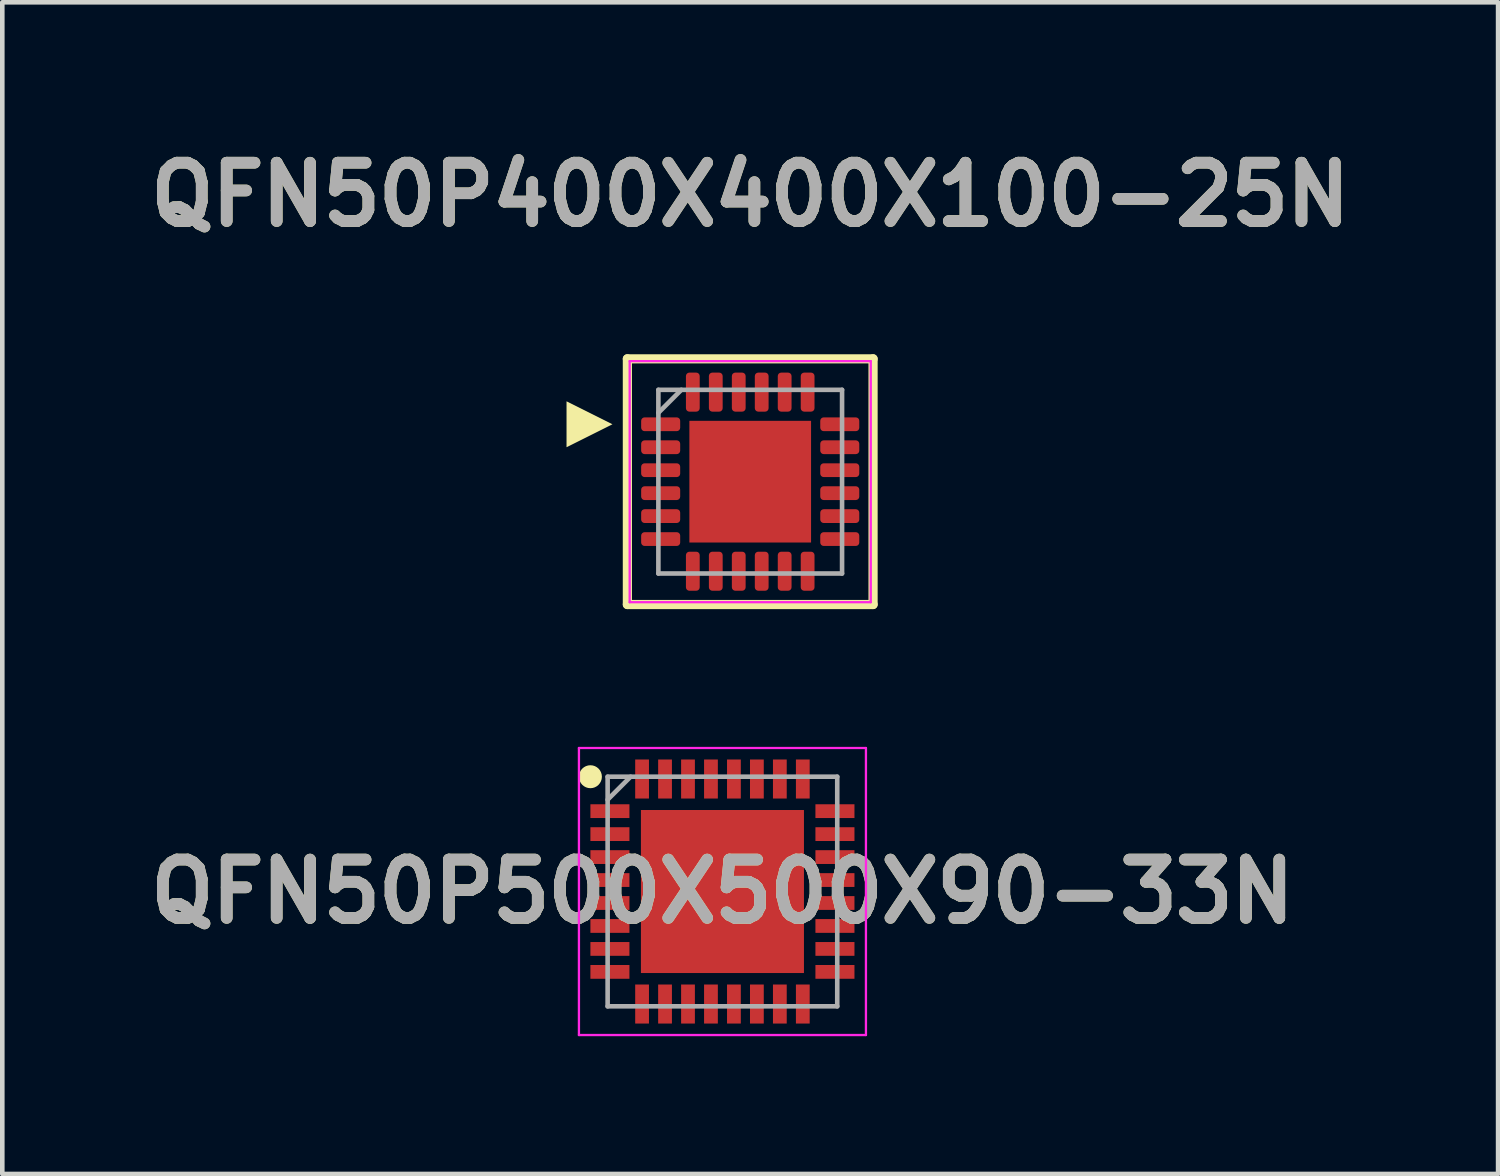
<source format=kicad_pcb>
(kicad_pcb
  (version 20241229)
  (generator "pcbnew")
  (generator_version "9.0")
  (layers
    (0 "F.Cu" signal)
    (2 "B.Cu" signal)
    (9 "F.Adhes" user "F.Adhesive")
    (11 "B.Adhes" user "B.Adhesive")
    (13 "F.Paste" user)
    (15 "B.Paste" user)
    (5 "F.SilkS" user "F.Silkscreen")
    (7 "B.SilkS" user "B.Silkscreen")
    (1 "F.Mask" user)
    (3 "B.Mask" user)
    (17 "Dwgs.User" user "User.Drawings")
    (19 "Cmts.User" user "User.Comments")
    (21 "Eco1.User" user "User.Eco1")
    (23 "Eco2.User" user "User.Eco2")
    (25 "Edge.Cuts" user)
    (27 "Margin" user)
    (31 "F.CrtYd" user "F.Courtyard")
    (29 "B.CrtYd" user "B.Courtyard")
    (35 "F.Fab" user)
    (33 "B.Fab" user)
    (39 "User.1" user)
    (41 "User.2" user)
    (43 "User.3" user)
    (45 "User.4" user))
  (footprint "QFN50P400X400X100-25N"
    (layer "F.Cu")
    (at 13.287 7.439)
    (property "Reference" "QFN50P400X400X100-25N" (at 0 -6.25 0) (layer "F.SilkS") (effects (font (size 1.27 1.27) (thickness 0.254))))
    (attr smd)
    (fp_line (start -2.675 -2.675) (end 2.675 -2.675) (stroke (width 0.2) (type solid)) (layer "F.SilkS"))
    (fp_line (start -2.675 2.675) (end -2.675 -2.675) (stroke (width 0.2) (type solid)) (layer "F.SilkS"))
    (fp_line (start -2.675 2.675) (end 2.675 2.675) (stroke (width 0.2) (type solid)) (layer "F.SilkS"))
    (fp_line (start 2.675 2.675) (end 2.675 -2.675) (stroke (width 0.2) (type solid)) (layer "F.SilkS"))
    (fp_poly (pts (xy -3 -1.25) (xy -4 -0.75) (xy -4 -1.75)) (stroke (width 0) (type solid)) (fill yes) (layer "F.SilkS"))
    (fp_line (start -2.625 -2.625) (end 2.625 -2.625) (stroke (width 0.05) (type solid)) (layer "F.CrtYd"))
    (fp_line (start -2.625 2.625) (end -2.625 -2.625) (stroke (width 0.05) (type solid)) (layer "F.CrtYd"))
    (fp_line (start 2.625 -2.625) (end 2.625 2.625) (stroke (width 0.05) (type solid)) (layer "F.CrtYd"))
    (fp_line (start 2.625 2.625) (end -2.625 2.625) (stroke (width 0.05) (type solid)) (layer "F.CrtYd"))
    (fp_line (start -2 -2) (end 2 -2) (stroke (width 0.1) (type solid)) (layer "F.Fab"))
    (fp_line (start -2 -1.5) (end -1.5 -2) (stroke (width 0.1) (type solid)) (layer "F.Fab"))
    (fp_line (start -2 2) (end -2 -2) (stroke (width 0.1) (type solid)) (layer "F.Fab"))
    (fp_line (start 2 -2) (end 2 2) (stroke (width 0.1) (type solid)) (layer "F.Fab"))
    (fp_line (start 2 2) (end -2 2) (stroke (width 0.1) (type solid)) (layer "F.Fab"))
    (fp_text user "${REFERENCE}" (at 0 -6.25 0) (layer "F.Fab") (effects (font (size 1.27 1.27) (thickness 0.254))))
    (pad "1" smd roundrect (at -1.95 -1.25 90) (size 0.3 0.85) (layers "F.Cu" "F.Mask" "F.Paste") (roundrect_rratio 0.25))
    (pad "2" smd roundrect (at -1.95 -0.75 90) (size 0.3 0.85) (layers "F.Cu" "F.Mask" "F.Paste") (roundrect_rratio 0.25))
    (pad "3" smd roundrect (at -1.95 -0.25 90) (size 0.3 0.85) (layers "F.Cu" "F.Mask" "F.Paste") (roundrect_rratio 0.25))
    (pad "4" smd roundrect (at -1.95 0.25 90) (size 0.3 0.85) (layers "F.Cu" "F.Mask" "F.Paste") (roundrect_rratio 0.25))
    (pad "5" smd roundrect (at -1.95 0.75 90) (size 0.3 0.85) (layers "F.Cu" "F.Mask" "F.Paste") (roundrect_rratio 0.25))
    (pad "6" smd roundrect (at -1.95 1.25 90) (size 0.3 0.85) (layers "F.Cu" "F.Mask" "F.Paste") (roundrect_rratio 0.25))
    (pad "7" smd roundrect (at -1.25 1.95) (size 0.3 0.85) (layers "F.Cu" "F.Mask" "F.Paste") (roundrect_rratio 0.25))
    (pad "8" smd roundrect (at -0.75 1.95) (size 0.3 0.85) (layers "F.Cu" "F.Mask" "F.Paste") (roundrect_rratio 0.25))
    (pad "9" smd roundrect (at -0.25 1.95) (size 0.3 0.85) (layers "F.Cu" "F.Mask" "F.Paste") (roundrect_rratio 0.25))
    (pad "10" smd roundrect (at 0.25 1.95) (size 0.3 0.85) (layers "F.Cu" "F.Mask" "F.Paste") (roundrect_rratio 0.25))
    (pad "11" smd roundrect (at 0.75 1.95) (size 0.3 0.85) (layers "F.Cu" "F.Mask" "F.Paste") (roundrect_rratio 0.25))
    (pad "12" smd roundrect (at 1.25 1.95) (size 0.3 0.85) (layers "F.Cu" "F.Mask" "F.Paste") (roundrect_rratio 0.25))
    (pad "13" smd roundrect (at 1.95 1.25 90) (size 0.3 0.85) (layers "F.Cu" "F.Mask" "F.Paste") (roundrect_rratio 0.25))
    (pad "14" smd roundrect (at 1.95 0.75 90) (size 0.3 0.85) (layers "F.Cu" "F.Mask" "F.Paste") (roundrect_rratio 0.25))
    (pad "15" smd roundrect (at 1.95 0.25 90) (size 0.3 0.85) (layers "F.Cu" "F.Mask" "F.Paste") (roundrect_rratio 0.25))
    (pad "16" smd roundrect (at 1.95 -0.25 90) (size 0.3 0.85) (layers "F.Cu" "F.Mask" "F.Paste") (roundrect_rratio 0.25))
    (pad "17" smd roundrect (at 1.95 -0.75 90) (size 0.3 0.85) (layers "F.Cu" "F.Mask" "F.Paste") (roundrect_rratio 0.25))
    (pad "18" smd roundrect (at 1.95 -1.25 90) (size 0.3 0.85) (layers "F.Cu" "F.Mask" "F.Paste") (roundrect_rratio 0.25))
    (pad "19" smd roundrect (at 1.25 -1.95) (size 0.3 0.85) (layers "F.Cu" "F.Mask" "F.Paste") (roundrect_rratio 0.25))
    (pad "20" smd roundrect (at 0.75 -1.95) (size 0.3 0.85) (layers "F.Cu" "F.Mask" "F.Paste") (roundrect_rratio 0.25))
    (pad "21" smd roundrect (at 0.25 -1.95) (size 0.3 0.85) (layers "F.Cu" "F.Mask" "F.Paste") (roundrect_rratio 0.25))
    (pad "22" smd roundrect (at -0.25 -1.95) (size 0.3 0.85) (layers "F.Cu" "F.Mask" "F.Paste") (roundrect_rratio 0.25))
    (pad "23" smd roundrect (at -0.75 -1.95) (size 0.3 0.85) (layers "F.Cu" "F.Mask" "F.Paste") (roundrect_rratio 0.25))
    (pad "24" smd roundrect (at -1.25 -1.95) (size 0.3 0.85) (layers "F.Cu" "F.Mask" "F.Paste") (roundrect_rratio 0.25))
    (pad "25" smd rect (at 0 0) (size 2.65 2.65) (layers "F.Cu" "F.Mask" "F.Paste")))
  (footprint "QFN50P500X500X90-33N"
    (layer "F.Cu")
    (at 12.682 16.364)
    (property "Reference" "QFN50P500X500X90-33N" (at 0 0 0) (layer "F.SilkS") (effects (font (size 1.27 1.27) (thickness 0.254))))
    (attr smd)
    (fp_circle (center -2.875 -2.5) (end -2.875 -2.375) (stroke (width 0.25) (type solid)) (fill no) (layer "F.SilkS"))
    (fp_line (start -3.125 -3.125) (end 3.125 -3.125) (stroke (width 0.05) (type solid)) (layer "F.CrtYd"))
    (fp_line (start -3.125 3.125) (end -3.125 -3.125) (stroke (width 0.05) (type solid)) (layer "F.CrtYd"))
    (fp_line (start 3.125 -3.125) (end 3.125 3.125) (stroke (width 0.05) (type solid)) (layer "F.CrtYd"))
    (fp_line (start 3.125 3.125) (end -3.125 3.125) (stroke (width 0.05) (type solid)) (layer "F.CrtYd"))
    (fp_line (start -2.5 -2.5) (end 2.5 -2.5) (stroke (width 0.1) (type solid)) (layer "F.Fab"))
    (fp_line (start -2.5 -2) (end -2 -2.5) (stroke (width 0.1) (type solid)) (layer "F.Fab"))
    (fp_line (start -2.5 2.5) (end -2.5 -2.5) (stroke (width 0.1) (type solid)) (layer "F.Fab"))
    (fp_line (start 2.5 -2.5) (end 2.5 2.5) (stroke (width 0.1) (type solid)) (layer "F.Fab"))
    (fp_line (start 2.5 2.5) (end -2.5 2.5) (stroke (width 0.1) (type solid)) (layer "F.Fab"))
    (fp_text user "${REFERENCE}" (at 0 0 0) (layer "F.Fab") (effects (font (size 1.27 1.27) (thickness 0.254))))
    (pad "1" smd rect (at -2.45 -1.75 90) (size 0.3 0.85) (layers "F.Cu" "F.Mask" "F.Paste"))
    (pad "2" smd rect (at -2.45 -1.25 90) (size 0.3 0.85) (layers "F.Cu" "F.Mask" "F.Paste"))
    (pad "3" smd rect (at -2.45 -0.75 90) (size 0.3 0.85) (layers "F.Cu" "F.Mask" "F.Paste"))
    (pad "4" smd rect (at -2.45 -0.25 90) (size 0.3 0.85) (layers "F.Cu" "F.Mask" "F.Paste"))
    (pad "5" smd rect (at -2.45 0.25 90) (size 0.3 0.85) (layers "F.Cu" "F.Mask" "F.Paste"))
    (pad "6" smd rect (at -2.45 0.75 90) (size 0.3 0.85) (layers "F.Cu" "F.Mask" "F.Paste"))
    (pad "7" smd rect (at -2.45 1.25 90) (size 0.3 0.85) (layers "F.Cu" "F.Mask" "F.Paste"))
    (pad "8" smd rect (at -2.45 1.75 90) (size 0.3 0.85) (layers "F.Cu" "F.Mask" "F.Paste"))
    (pad "9" smd rect (at -1.75 2.45) (size 0.3 0.85) (layers "F.Cu" "F.Mask" "F.Paste"))
    (pad "10" smd rect (at -1.25 2.45) (size 0.3 0.85) (layers "F.Cu" "F.Mask" "F.Paste"))
    (pad "11" smd rect (at -0.75 2.45) (size 0.3 0.85) (layers "F.Cu" "F.Mask" "F.Paste"))
    (pad "12" smd rect (at -0.25 2.45) (size 0.3 0.85) (layers "F.Cu" "F.Mask" "F.Paste"))
    (pad "13" smd rect (at 0.25 2.45) (size 0.3 0.85) (layers "F.Cu" "F.Mask" "F.Paste"))
    (pad "14" smd rect (at 0.75 2.45) (size 0.3 0.85) (layers "F.Cu" "F.Mask" "F.Paste"))
    (pad "15" smd rect (at 1.25 2.45) (size 0.3 0.85) (layers "F.Cu" "F.Mask" "F.Paste"))
    (pad "16" smd rect (at 1.75 2.45) (size 0.3 0.85) (layers "F.Cu" "F.Mask" "F.Paste"))
    (pad "17" smd rect (at 2.45 1.75 90) (size 0.3 0.85) (layers "F.Cu" "F.Mask" "F.Paste"))
    (pad "18" smd rect (at 2.45 1.25 90) (size 0.3 0.85) (layers "F.Cu" "F.Mask" "F.Paste"))
    (pad "19" smd rect (at 2.45 0.75 90) (size 0.3 0.85) (layers "F.Cu" "F.Mask" "F.Paste"))
    (pad "20" smd rect (at 2.45 0.25 90) (size 0.3 0.85) (layers "F.Cu" "F.Mask" "F.Paste"))
    (pad "21" smd rect (at 2.45 -0.25 90) (size 0.3 0.85) (layers "F.Cu" "F.Mask" "F.Paste"))
    (pad "22" smd rect (at 2.45 -0.75 90) (size 0.3 0.85) (layers "F.Cu" "F.Mask" "F.Paste"))
    (pad "23" smd rect (at 2.45 -1.25 90) (size 0.3 0.85) (layers "F.Cu" "F.Mask" "F.Paste"))
    (pad "24" smd rect (at 2.45 -1.75 90) (size 0.3 0.85) (layers "F.Cu" "F.Mask" "F.Paste"))
    (pad "25" smd rect (at 1.75 -2.45) (size 0.3 0.85) (layers "F.Cu" "F.Mask" "F.Paste"))
    (pad "26" smd rect (at 1.25 -2.45) (size 0.3 0.85) (layers "F.Cu" "F.Mask" "F.Paste"))
    (pad "27" smd rect (at 0.75 -2.45) (size 0.3 0.85) (layers "F.Cu" "F.Mask" "F.Paste"))
    (pad "28" smd rect (at 0.25 -2.45) (size 0.3 0.85) (layers "F.Cu" "F.Mask" "F.Paste"))
    (pad "29" smd rect (at -0.25 -2.45) (size 0.3 0.85) (layers "F.Cu" "F.Mask" "F.Paste"))
    (pad "30" smd rect (at -0.75 -2.45) (size 0.3 0.85) (layers "F.Cu" "F.Mask" "F.Paste"))
    (pad "31" smd rect (at -1.25 -2.45) (size 0.3 0.85) (layers "F.Cu" "F.Mask" "F.Paste"))
    (pad "32" smd rect (at -1.75 -2.45) (size 0.3 0.85) (layers "F.Cu" "F.Mask" "F.Paste"))
    (pad "33" smd rect (at 0 0) (size 3.55 3.55) (layers "F.Cu" "F.Mask" "F.Paste")))
  (gr_rect
    (start -3 -3)
    (end 29.573 22.514)
    (stroke (width 0.1) (type default))
    (fill no)
    (layer "Edge.Cuts")))
</source>
